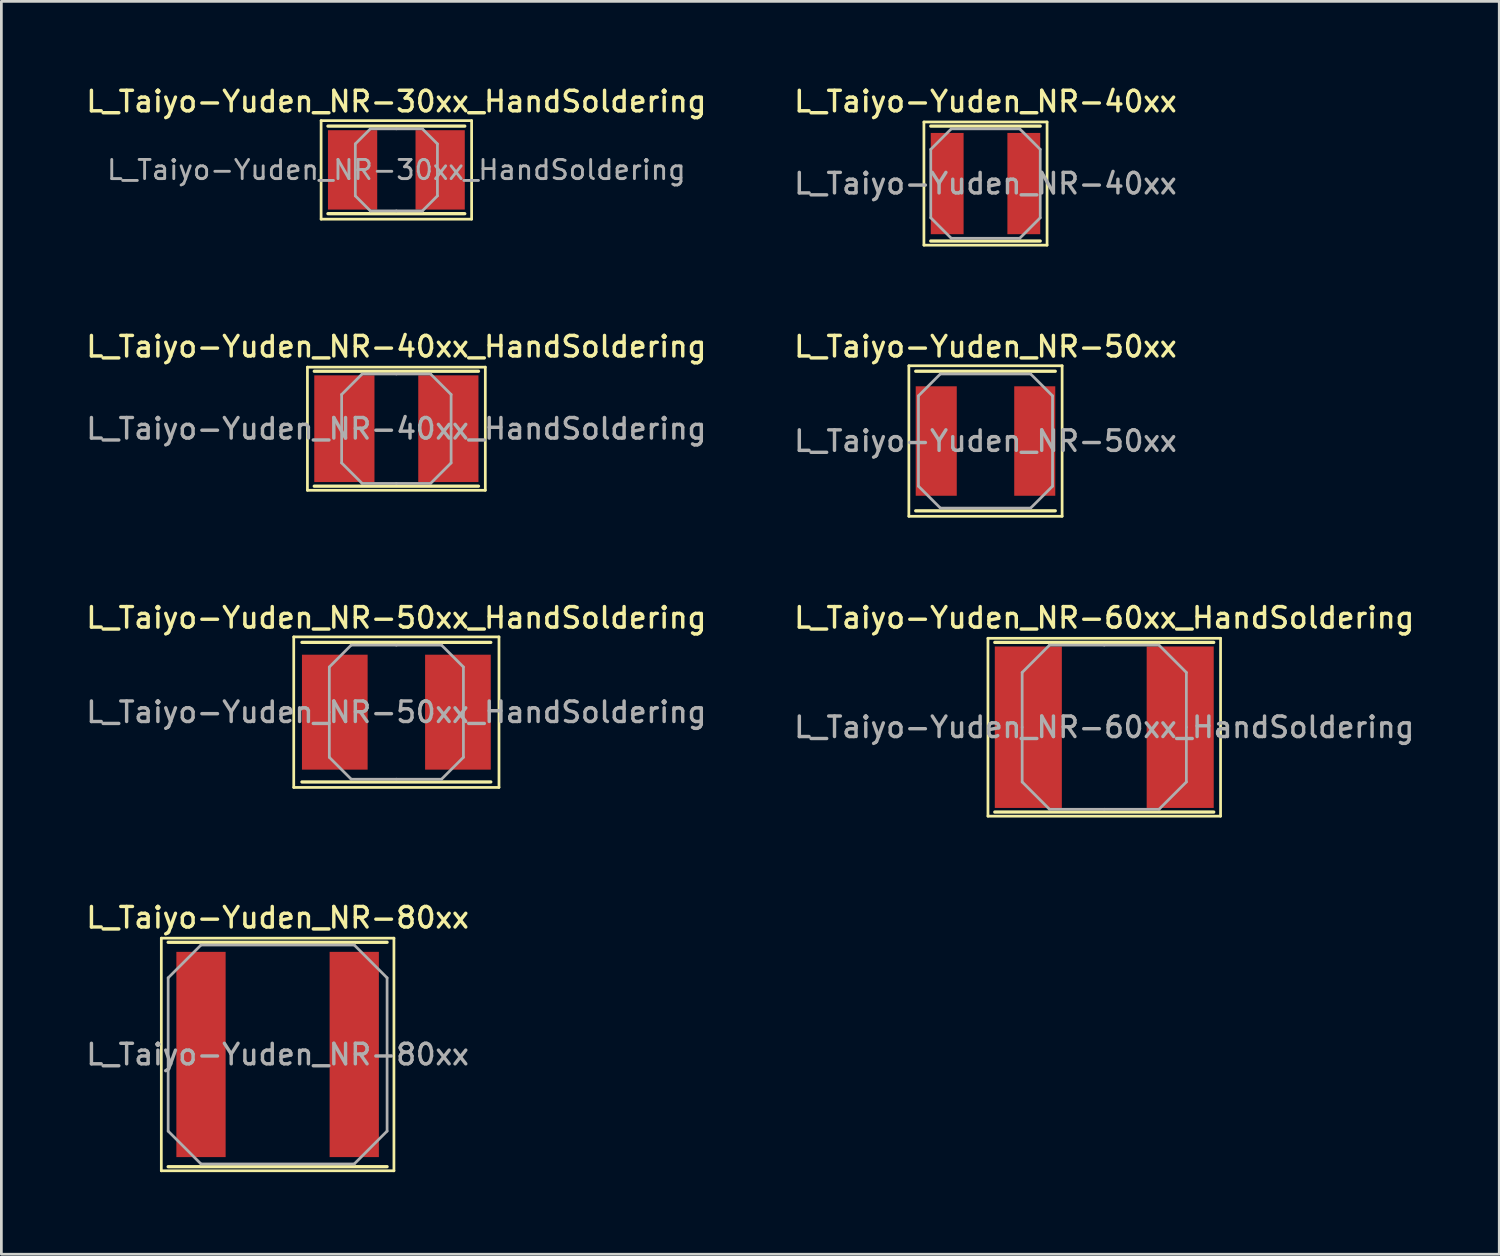
<source format=kicad_pcb>
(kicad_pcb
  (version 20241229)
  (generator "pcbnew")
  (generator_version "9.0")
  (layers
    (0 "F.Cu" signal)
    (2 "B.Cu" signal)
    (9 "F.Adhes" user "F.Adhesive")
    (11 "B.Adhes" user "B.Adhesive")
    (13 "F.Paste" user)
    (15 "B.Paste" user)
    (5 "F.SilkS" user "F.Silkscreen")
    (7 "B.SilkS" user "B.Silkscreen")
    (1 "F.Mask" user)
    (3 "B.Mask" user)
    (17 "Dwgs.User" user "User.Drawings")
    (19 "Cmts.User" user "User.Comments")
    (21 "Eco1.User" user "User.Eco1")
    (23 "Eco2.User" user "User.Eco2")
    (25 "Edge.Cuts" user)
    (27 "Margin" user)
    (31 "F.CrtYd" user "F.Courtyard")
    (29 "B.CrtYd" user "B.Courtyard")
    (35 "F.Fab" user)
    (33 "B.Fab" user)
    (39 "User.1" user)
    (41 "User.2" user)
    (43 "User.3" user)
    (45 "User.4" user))
  (footprint "L_Taiyo-Yuden_NR-80xx"
    (layer "F.Cu")
    (at 7.095 35.483)
    (property "Reference" "L_Taiyo-Yuden_NR-80xx" (at 0 -5 0) (layer "F.SilkS") (effects (font (size 0.75 0.75) (thickness 0.125))))
    (attr smd)
    (fp_line (start -4.25 -4.25) (end -4.25 4.25) (stroke (width 0.1) (type solid)) (layer "F.SilkS"))
    (fp_line (start -4.25 4.25) (end 4.25 4.25) (stroke (width 0.1) (type solid)) (layer "F.SilkS"))
    (fp_line (start -4 -4.1) (end 4 -4.1) (stroke (width 0.12) (type solid)) (layer "F.SilkS"))
    (fp_line (start -4 4.1) (end 4 4.1) (stroke (width 0.12) (type solid)) (layer "F.SilkS"))
    (fp_line (start 4.25 -4.25) (end -4.25 -4.25) (stroke (width 0.1) (type solid)) (layer "F.SilkS"))
    (fp_line (start 4.25 4.25) (end 4.25 -4.25) (stroke (width 0.1) (type solid)) (layer "F.SilkS"))
    (fp_line (start -4 -2.8) (end -2.8 -4) (stroke (width 0.1) (type solid)) (layer "F.Fab"))
    (fp_line (start -4 2.8) (end -4 -2.8) (stroke (width 0.1) (type solid)) (layer "F.Fab"))
    (fp_line (start -4 2.8) (end -2.8 4) (stroke (width 0.1) (type solid)) (layer "F.Fab"))
    (fp_line (start -2.8 -4) (end 2.8 -4) (stroke (width 0.1) (type solid)) (layer "F.Fab"))
    (fp_line (start -2.8 4) (end 2.8 4) (stroke (width 0.1) (type solid)) (layer "F.Fab"))
    (fp_line (start 4 -2.8) (end 2.8 -4) (stroke (width 0.1) (type solid)) (layer "F.Fab"))
    (fp_line (start 4 2.8) (end 2.8 4) (stroke (width 0.1) (type solid)) (layer "F.Fab"))
    (fp_line (start 4 2.8) (end 4 -2.8) (stroke (width 0.1) (type solid)) (layer "F.Fab"))
    (fp_text user "${REFERENCE}" (at 0 0 0) (layer "F.Fab") (effects (font (size 0.75 0.75) (thickness 0.125))))
    (pad "1" smd rect (at -2.8 0) (size 1.8 7.5) (layers "F.Cu" "F.Mask" "F.Paste"))
    (pad "2" smd rect (at 2.8 0) (size 1.8 7.5) (layers "F.Cu" "F.Mask" "F.Paste")))
  (footprint "L_Taiyo-Yuden_NR-50xx_HandSoldering"
    (layer "F.Cu")
    (at 11.434 22.974)
    (property "Reference" "L_Taiyo-Yuden_NR-50xx_HandSoldering" (at 0 -3.45 0) (layer "F.SilkS") (effects (font (size 0.75 0.75) (thickness 0.125))))
    (attr smd)
    (fp_line (start -3.75 -2.75) (end -3.75 2.75) (stroke (width 0.1) (type solid)) (layer "F.SilkS"))
    (fp_line (start -3.75 2.75) (end 3.75 2.75) (stroke (width 0.1) (type solid)) (layer "F.SilkS"))
    (fp_line (start -3.45 -2.55) (end 3.45 -2.55) (stroke (width 0.12) (type solid)) (layer "F.SilkS"))
    (fp_line (start -3.45 2.55) (end 3.45 2.55) (stroke (width 0.12) (type solid)) (layer "F.SilkS"))
    (fp_line (start 3.75 -2.75) (end -3.75 -2.75) (stroke (width 0.1) (type solid)) (layer "F.SilkS"))
    (fp_line (start 3.75 2.75) (end 3.75 -2.75) (stroke (width 0.1) (type solid)) (layer "F.SilkS"))
    (fp_line (start -2.45 -1.65) (end -1.65 -2.45) (stroke (width 0.1) (type solid)) (layer "F.Fab"))
    (fp_line (start -2.45 0) (end -2.45 -1.65) (stroke (width 0.1) (type solid)) (layer "F.Fab"))
    (fp_line (start -2.45 0) (end -2.45 1.65) (stroke (width 0.1) (type solid)) (layer "F.Fab"))
    (fp_line (start -2.45 1.65) (end -1.65 2.45) (stroke (width 0.1) (type solid)) (layer "F.Fab"))
    (fp_line (start -1.65 -2.45) (end 0 -2.45) (stroke (width 0.1) (type solid)) (layer "F.Fab"))
    (fp_line (start -1.65 2.45) (end 0 2.45) (stroke (width 0.1) (type solid)) (layer "F.Fab"))
    (fp_line (start 1.65 -2.45) (end 0 -2.45) (stroke (width 0.1) (type solid)) (layer "F.Fab"))
    (fp_line (start 1.65 2.45) (end 0 2.45) (stroke (width 0.1) (type solid)) (layer "F.Fab"))
    (fp_line (start 2.45 -1.65) (end 1.65 -2.45) (stroke (width 0.1) (type solid)) (layer "F.Fab"))
    (fp_line (start 2.45 0) (end 2.45 -1.65) (stroke (width 0.1) (type solid)) (layer "F.Fab"))
    (fp_line (start 2.45 0) (end 2.45 1.65) (stroke (width 0.1) (type solid)) (layer "F.Fab"))
    (fp_line (start 2.45 1.65) (end 1.65 2.45) (stroke (width 0.1) (type solid)) (layer "F.Fab"))
    (fp_text user "${REFERENCE}" (at 0 0 0) (layer "F.Fab") (effects (font (size 0.75 0.75) (thickness 0.125))))
    (pad "1" smd rect (at -2.25 0) (size 2.4 4.2) (layers "F.Cu" "F.Mask" "F.Paste"))
    (pad "2" smd rect (at 2.25 0) (size 2.4 4.2) (layers "F.Cu" "F.Mask" "F.Paste")))
  (footprint "L_Taiyo-Yuden_NR-40xx"
    (layer "F.Cu")
    (at 32.962 3.658)
    (property "Reference" "L_Taiyo-Yuden_NR-40xx" (at 0 -3 0) (layer "F.SilkS") (effects (font (size 0.75 0.75) (thickness 0.125))))
    (attr smd)
    (fp_line (start -2.25 -2.25) (end -2.25 2.25) (stroke (width 0.1) (type solid)) (layer "F.SilkS"))
    (fp_line (start -2.25 2.25) (end 2.25 2.25) (stroke (width 0.1) (type solid)) (layer "F.SilkS"))
    (fp_line (start -2 -2.1) (end 2 -2.1) (stroke (width 0.12) (type solid)) (layer "F.SilkS"))
    (fp_line (start -2 2.1) (end 2 2.1) (stroke (width 0.12) (type solid)) (layer "F.SilkS"))
    (fp_line (start 2.25 -2.25) (end -2.25 -2.25) (stroke (width 0.1) (type solid)) (layer "F.SilkS"))
    (fp_line (start 2.25 2.25) (end 2.25 -2.25) (stroke (width 0.1) (type solid)) (layer "F.SilkS"))
    (fp_line (start -2 -1.25) (end -1.25 -2) (stroke (width 0.1) (type solid)) (layer "F.Fab"))
    (fp_line (start -2 1.25) (end -2 -1.25) (stroke (width 0.1) (type solid)) (layer "F.Fab"))
    (fp_line (start -2 1.25) (end -1.25 2) (stroke (width 0.1) (type solid)) (layer "F.Fab"))
    (fp_line (start -1.25 -2) (end 1.25 -2) (stroke (width 0.1) (type solid)) (layer "F.Fab"))
    (fp_line (start -1.25 2) (end 1.25 2) (stroke (width 0.1) (type solid)) (layer "F.Fab"))
    (fp_line (start 2 -1.25) (end 1.25 -2) (stroke (width 0.1) (type solid)) (layer "F.Fab"))
    (fp_line (start 2 -1.25) (end 2 1.25) (stroke (width 0.1) (type solid)) (layer "F.Fab"))
    (fp_line (start 2 1.25) (end 1.25 2) (stroke (width 0.1) (type solid)) (layer "F.Fab"))
    (fp_text user "${REFERENCE}" (at 0 0 0) (layer "F.Fab") (effects (font (size 0.75 0.75) (thickness 0.125))))
    (pad "1" smd rect (at -1.4 0) (size 1.2 3.7) (layers "F.Cu" "F.Mask" "F.Paste"))
    (pad "2" smd rect (at 1.4 0) (size 1.2 3.7) (layers "F.Cu" "F.Mask" "F.Paste")))
  (footprint "L_Taiyo-Yuden_NR-30xx_HandSoldering"
    (layer "F.Cu")
    (at 11.434 3.158)
    (property "Reference" "L_Taiyo-Yuden_NR-30xx_HandSoldering" (at 0 -2.5 0) (layer "F.SilkS") (effects (font (size 0.75 0.75) (thickness 0.125))))
    (attr smd)
    (fp_line (start -2.75 -1.8) (end -2.75 1.8) (stroke (width 0.1) (type solid)) (layer "F.SilkS"))
    (fp_line (start -2.75 1.8) (end 2.75 1.8) (stroke (width 0.1) (type solid)) (layer "F.SilkS"))
    (fp_line (start -2.5 -1.6) (end 2.5 -1.6) (stroke (width 0.12) (type solid)) (layer "F.SilkS"))
    (fp_line (start -2.5 1.6) (end 2.5 1.6) (stroke (width 0.12) (type solid)) (layer "F.SilkS"))
    (fp_line (start 2.75 -1.8) (end -2.75 -1.8) (stroke (width 0.1) (type solid)) (layer "F.SilkS"))
    (fp_line (start 2.75 1.8) (end 2.75 -1.8) (stroke (width 0.1) (type solid)) (layer "F.SilkS"))
    (fp_line (start -1.5 -0.95) (end -0.95 -1.5) (stroke (width 0.1) (type solid)) (layer "F.Fab"))
    (fp_line (start -1.5 0) (end -1.5 -0.95) (stroke (width 0.1) (type solid)) (layer "F.Fab"))
    (fp_line (start -1.5 0) (end -1.5 0.95) (stroke (width 0.1) (type solid)) (layer "F.Fab"))
    (fp_line (start -1.5 0.95) (end -0.95 1.5) (stroke (width 0.1) (type solid)) (layer "F.Fab"))
    (fp_line (start -0.95 -1.5) (end 0 -1.5) (stroke (width 0.1) (type solid)) (layer "F.Fab"))
    (fp_line (start -0.95 1.5) (end 0 1.5) (stroke (width 0.1) (type solid)) (layer "F.Fab"))
    (fp_line (start 0.95 -1.5) (end 0 -1.5) (stroke (width 0.1) (type solid)) (layer "F.Fab"))
    (fp_line (start 0.95 1.5) (end 0 1.5) (stroke (width 0.1) (type solid)) (layer "F.Fab"))
    (fp_line (start 1.5 -0.95) (end 0.95 -1.5) (stroke (width 0.1) (type solid)) (layer "F.Fab"))
    (fp_line (start 1.5 0) (end 1.5 -0.95) (stroke (width 0.1) (type solid)) (layer "F.Fab"))
    (fp_line (start 1.5 0) (end 1.5 0.95) (stroke (width 0.1) (type solid)) (layer "F.Fab"))
    (fp_line (start 1.5 0.95) (end 0.95 1.5) (stroke (width 0.1) (type solid)) (layer "F.Fab"))
    (fp_text user "${REFERENCE}" (at 0 0 0) (layer "F.Fab") (effects (font (size 0.7 0.7) (thickness 0.105))))
    (pad "1" smd rect (at -1.6 0) (size 1.8 2.9) (layers "F.Cu" "F.Mask" "F.Paste"))
    (pad "2" smd rect (at 1.6 0) (size 1.8 2.9) (layers "F.Cu" "F.Mask" "F.Paste")))
  (footprint "L_Taiyo-Yuden_NR-60xx_HandSoldering"
    (layer "F.Cu")
    (at 37.302 23.524)
    (property "Reference" "L_Taiyo-Yuden_NR-60xx_HandSoldering" (at 0 -4 0) (layer "F.SilkS") (effects (font (size 0.75 0.75) (thickness 0.125))))
    (attr smd)
    (fp_line (start -4.25 -3.25) (end -4.25 3.25) (stroke (width 0.1) (type solid)) (layer "F.SilkS"))
    (fp_line (start -4.25 3.25) (end 4.25 3.25) (stroke (width 0.1) (type solid)) (layer "F.SilkS"))
    (fp_line (start -4 -3.1) (end 4 -3.1) (stroke (width 0.12) (type solid)) (layer "F.SilkS"))
    (fp_line (start -4 3.1) (end 4 3.1) (stroke (width 0.12) (type solid)) (layer "F.SilkS"))
    (fp_line (start 4.25 -3.25) (end -4.25 -3.25) (stroke (width 0.1) (type solid)) (layer "F.SilkS"))
    (fp_line (start 4.25 3.25) (end 4.25 -3.25) (stroke (width 0.1) (type solid)) (layer "F.SilkS"))
    (fp_line (start -3 -2) (end -2 -3) (stroke (width 0.1) (type solid)) (layer "F.Fab"))
    (fp_line (start -3 0) (end -3 -2) (stroke (width 0.1) (type solid)) (layer "F.Fab"))
    (fp_line (start -3 0) (end -3 2) (stroke (width 0.1) (type solid)) (layer "F.Fab"))
    (fp_line (start -3 2) (end -2 3) (stroke (width 0.1) (type solid)) (layer "F.Fab"))
    (fp_line (start -2 -3) (end 0 -3) (stroke (width 0.1) (type solid)) (layer "F.Fab"))
    (fp_line (start -2 3) (end 0 3) (stroke (width 0.1) (type solid)) (layer "F.Fab"))
    (fp_line (start 2 -3) (end 0 -3) (stroke (width 0.1) (type solid)) (layer "F.Fab"))
    (fp_line (start 2 3) (end 0 3) (stroke (width 0.1) (type solid)) (layer "F.Fab"))
    (fp_line (start 3 -2) (end 2 -3) (stroke (width 0.1) (type solid)) (layer "F.Fab"))
    (fp_line (start 3 0) (end 3 -2) (stroke (width 0.1) (type solid)) (layer "F.Fab"))
    (fp_line (start 3 0) (end 3 2) (stroke (width 0.1) (type solid)) (layer "F.Fab"))
    (fp_line (start 3 2) (end 2 3) (stroke (width 0.1) (type solid)) (layer "F.Fab"))
    (fp_text user "${REFERENCE}" (at 0 0 0) (layer "F.Fab") (effects (font (size 0.75 0.75) (thickness 0.125))))
    (pad "1" smd rect (at -2.775 0) (size 2.45 5.9) (layers "F.Cu" "F.Mask" "F.Paste"))
    (pad "2" smd rect (at 2.775 0) (size 2.45 5.9) (layers "F.Cu" "F.Mask" "F.Paste")))
  (footprint "L_Taiyo-Yuden_NR-50xx"
    (layer "F.Cu")
    (at 32.962 13.066)
    (property "Reference" "L_Taiyo-Yuden_NR-50xx" (at 0 -3.45 0) (layer "F.SilkS") (effects (font (size 0.75 0.75) (thickness 0.125))))
    (attr smd)
    (fp_line (start -2.8 -2.75) (end -2.8 2.75) (stroke (width 0.1) (type solid)) (layer "F.SilkS"))
    (fp_line (start -2.8 2.75) (end 2.8 2.75) (stroke (width 0.1) (type solid)) (layer "F.SilkS"))
    (fp_line (start -2.55 -2.55) (end 2.55 -2.55) (stroke (width 0.12) (type solid)) (layer "F.SilkS"))
    (fp_line (start -2.55 2.55) (end 2.55 2.55) (stroke (width 0.12) (type solid)) (layer "F.SilkS"))
    (fp_line (start 2.8 -2.75) (end -2.8 -2.75) (stroke (width 0.1) (type solid)) (layer "F.SilkS"))
    (fp_line (start 2.8 2.75) (end 2.8 -2.75) (stroke (width 0.1) (type solid)) (layer "F.SilkS"))
    (fp_line (start -2.45 -1.65) (end -1.65 -2.45) (stroke (width 0.1) (type solid)) (layer "F.Fab"))
    (fp_line (start -2.45 1.65) (end -2.45 -1.65) (stroke (width 0.1) (type solid)) (layer "F.Fab"))
    (fp_line (start -2.45 1.65) (end -1.65 2.45) (stroke (width 0.1) (type solid)) (layer "F.Fab"))
    (fp_line (start -1.65 -2.45) (end 1.65 -2.45) (stroke (width 0.1) (type solid)) (layer "F.Fab"))
    (fp_line (start -1.65 2.45) (end 1.65 2.45) (stroke (width 0.1) (type solid)) (layer "F.Fab"))
    (fp_line (start 2.45 -1.65) (end 1.65 -2.45) (stroke (width 0.1) (type solid)) (layer "F.Fab"))
    (fp_line (start 2.45 -1.65) (end 2.45 1.65) (stroke (width 0.1) (type solid)) (layer "F.Fab"))
    (fp_line (start 2.45 1.65) (end 1.65 2.45) (stroke (width 0.1) (type solid)) (layer "F.Fab"))
    (fp_text user "${REFERENCE}" (at 0 0 0) (layer "F.Fab") (effects (font (size 0.75 0.75) (thickness 0.125))))
    (pad "1" smd rect (at -1.8 0) (size 1.5 4) (layers "F.Cu" "F.Mask" "F.Paste"))
    (pad "2" smd rect (at 1.8 0) (size 1.5 4) (layers "F.Cu" "F.Mask" "F.Paste")))
  (footprint "L_Taiyo-Yuden_NR-40xx_HandSoldering"
    (layer "F.Cu")
    (at 11.434 12.616)
    (property "Reference" "L_Taiyo-Yuden_NR-40xx_HandSoldering" (at 0 -3 0) (layer "F.SilkS") (effects (font (size 0.75 0.75) (thickness 0.125))))
    (attr smd)
    (fp_line (start -3.25 -2.25) (end -3.25 2.25) (stroke (width 0.1) (type solid)) (layer "F.SilkS"))
    (fp_line (start -3.25 2.25) (end 3.25 2.25) (stroke (width 0.1) (type solid)) (layer "F.SilkS"))
    (fp_line (start -3 -2.1) (end 3 -2.1) (stroke (width 0.12) (type solid)) (layer "F.SilkS"))
    (fp_line (start -3 2.1) (end 3 2.1) (stroke (width 0.12) (type solid)) (layer "F.SilkS"))
    (fp_line (start 3.25 -2.25) (end -3.25 -2.25) (stroke (width 0.1) (type solid)) (layer "F.SilkS"))
    (fp_line (start 3.25 2.25) (end 3.25 -2.25) (stroke (width 0.1) (type solid)) (layer "F.SilkS"))
    (fp_line (start -2 -1.25) (end -1.25 -2) (stroke (width 0.1) (type solid)) (layer "F.Fab"))
    (fp_line (start -2 0) (end -2 -1.25) (stroke (width 0.1) (type solid)) (layer "F.Fab"))
    (fp_line (start -2 0) (end -2 1.25) (stroke (width 0.1) (type solid)) (layer "F.Fab"))
    (fp_line (start -2 1.25) (end -1.25 2) (stroke (width 0.1) (type solid)) (layer "F.Fab"))
    (fp_line (start -1.25 -2) (end 0 -2) (stroke (width 0.1) (type solid)) (layer "F.Fab"))
    (fp_line (start -1.25 2) (end 0 2) (stroke (width 0.1) (type solid)) (layer "F.Fab"))
    (fp_line (start 1.25 -2) (end 0 -2) (stroke (width 0.1) (type solid)) (layer "F.Fab"))
    (fp_line (start 1.25 2) (end 0 2) (stroke (width 0.1) (type solid)) (layer "F.Fab"))
    (fp_line (start 2 -1.25) (end 1.25 -2) (stroke (width 0.1) (type solid)) (layer "F.Fab"))
    (fp_line (start 2 0) (end 2 -1.25) (stroke (width 0.1) (type solid)) (layer "F.Fab"))
    (fp_line (start 2 0) (end 2 1.25) (stroke (width 0.1) (type solid)) (layer "F.Fab"))
    (fp_line (start 2 1.25) (end 1.25 2) (stroke (width 0.1) (type solid)) (layer "F.Fab"))
    (fp_text user "${REFERENCE}" (at 0 0 0) (layer "F.Fab") (effects (font (size 0.75 0.75) (thickness 0.125))))
    (pad "1" smd rect (at -1.9 0) (size 2.2 3.9) (layers "F.Cu" "F.Mask" "F.Paste"))
    (pad "2" smd rect (at 1.9 0) (size 2.2 3.9) (layers "F.Cu" "F.Mask" "F.Paste")))
  (gr_rect
    (start -3 -3)
    (end 51.736 42.782)
    (stroke (width 0.1) (type default))
    (fill no)
    (layer "Edge.Cuts")))
</source>
